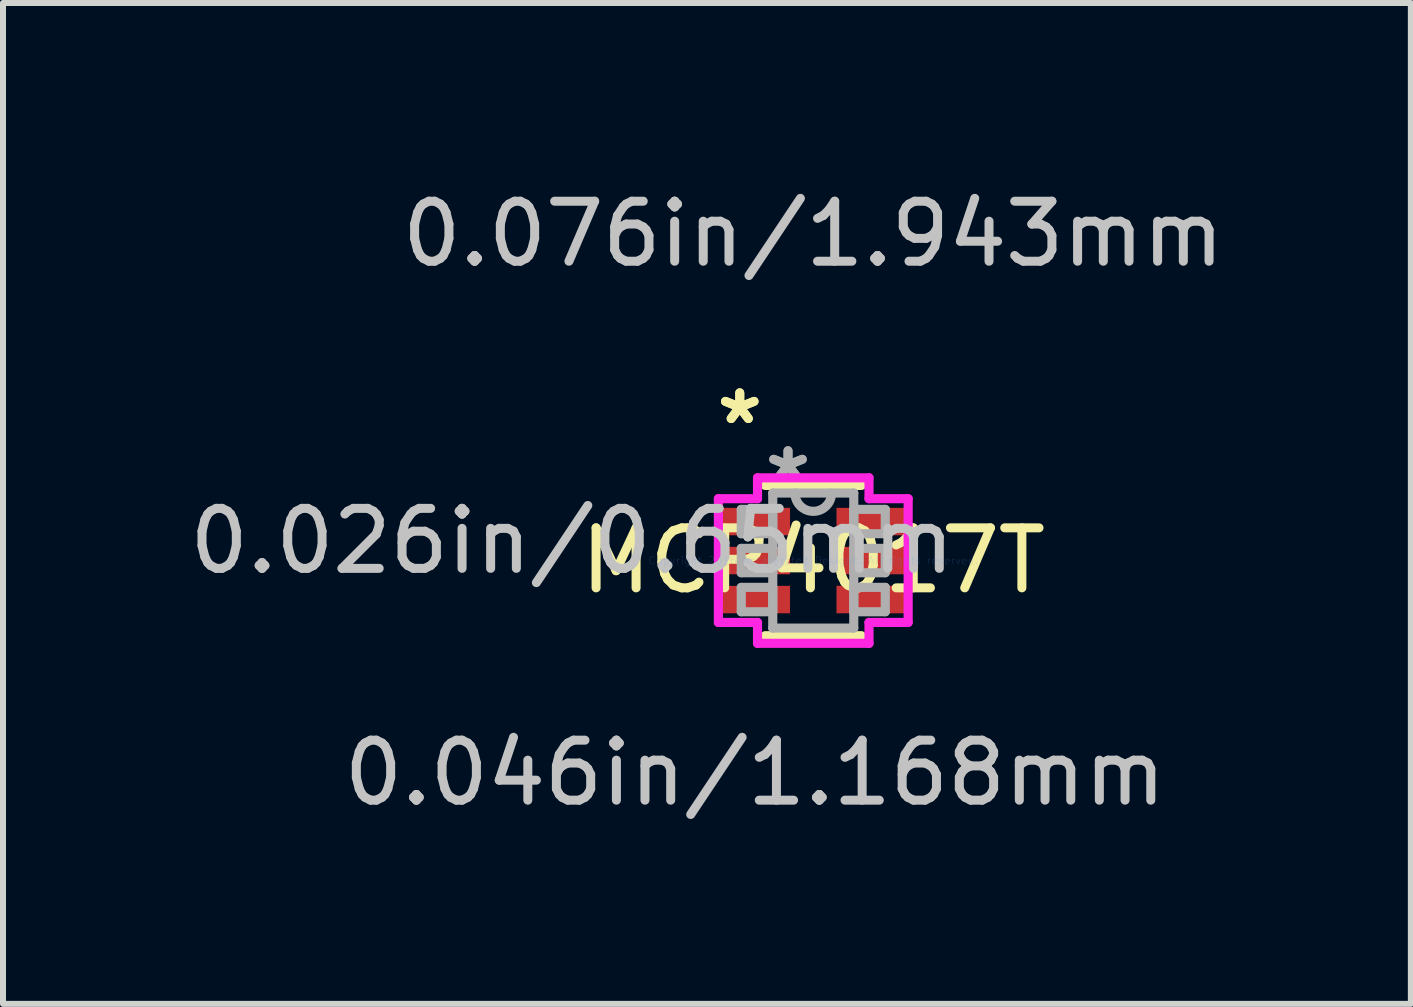
<source format=kicad_pcb>
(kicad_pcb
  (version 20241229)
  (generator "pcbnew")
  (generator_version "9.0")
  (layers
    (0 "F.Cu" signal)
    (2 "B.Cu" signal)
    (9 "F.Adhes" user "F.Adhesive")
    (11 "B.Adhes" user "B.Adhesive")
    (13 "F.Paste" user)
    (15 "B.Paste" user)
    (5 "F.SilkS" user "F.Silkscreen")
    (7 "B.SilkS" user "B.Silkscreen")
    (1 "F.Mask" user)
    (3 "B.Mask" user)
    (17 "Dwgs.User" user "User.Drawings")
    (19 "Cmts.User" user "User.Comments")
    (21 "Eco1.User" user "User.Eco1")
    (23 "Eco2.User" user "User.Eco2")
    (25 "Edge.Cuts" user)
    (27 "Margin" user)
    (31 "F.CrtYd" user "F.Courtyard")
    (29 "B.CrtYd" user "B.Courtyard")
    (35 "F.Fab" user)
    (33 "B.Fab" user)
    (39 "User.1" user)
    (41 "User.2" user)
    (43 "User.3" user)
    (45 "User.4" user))
  (footprint "MCP4017T"
    (layer "F.Cu")
    (at 10.502 6.291)
    (property "Reference" "MCP4017T" (at 0 0 0) (layer "F.SilkS") (effects (font (size 1 1) (thickness 0.15))))
    (attr through_hole)
    (fp_line (start -0.802 1.252) (end 0.802 1.252) (stroke (width 0.152) (type solid)) (layer "F.SilkS"))
    (fp_line (start 0.802 -1.252) (end -0.802 -1.252) (stroke (width 0.152) (type solid)) (layer "F.SilkS"))
    (fp_line (start -1.581 -1.031) (end -0.929 -1.031) (stroke (width 0.152) (type solid)) (layer "F.CrtYd"))
    (fp_line (start -1.581 1.031) (end -1.581 -1.031) (stroke (width 0.152) (type solid)) (layer "F.CrtYd"))
    (fp_line (start -0.929 -1.379) (end 0.929 -1.379) (stroke (width 0.152) (type solid)) (layer "F.CrtYd"))
    (fp_line (start -0.929 -1.031) (end -0.929 -1.379) (stroke (width 0.152) (type solid)) (layer "F.CrtYd"))
    (fp_line (start -0.929 1.031) (end -1.581 1.031) (stroke (width 0.152) (type solid)) (layer "F.CrtYd"))
    (fp_line (start -0.929 1.379) (end -0.929 1.031) (stroke (width 0.152) (type solid)) (layer "F.CrtYd"))
    (fp_line (start 0.929 -1.379) (end 0.929 -1.031) (stroke (width 0.152) (type solid)) (layer "F.CrtYd"))
    (fp_line (start 0.929 -1.031) (end 1.581 -1.031) (stroke (width 0.152) (type solid)) (layer "F.CrtYd"))
    (fp_line (start 0.929 1.031) (end 0.929 1.379) (stroke (width 0.152) (type solid)) (layer "F.CrtYd"))
    (fp_line (start 0.929 1.379) (end -0.929 1.379) (stroke (width 0.152) (type solid)) (layer "F.CrtYd"))
    (fp_line (start 1.581 -1.031) (end 1.581 1.031) (stroke (width 0.152) (type solid)) (layer "F.CrtYd"))
    (fp_line (start 1.581 1.031) (end 0.929 1.031) (stroke (width 0.152) (type solid)) (layer "F.CrtYd"))
    (fp_line (start -1.2 -0.853) (end -1.2 -0.447) (stroke (width 0.152) (type solid)) (layer "F.Fab"))
    (fp_line (start -1.2 -0.447) (end -0.675 -0.447) (stroke (width 0.152) (type solid)) (layer "F.Fab"))
    (fp_line (start -1.2 -0.203) (end -1.2 0.203) (stroke (width 0.152) (type solid)) (layer "F.Fab"))
    (fp_line (start -1.2 0.203) (end -0.675 0.203) (stroke (width 0.152) (type solid)) (layer "F.Fab"))
    (fp_line (start -1.2 0.447) (end -1.2 0.853) (stroke (width 0.152) (type solid)) (layer "F.Fab"))
    (fp_line (start -1.2 0.853) (end -0.675 0.853) (stroke (width 0.152) (type solid)) (layer "F.Fab"))
    (fp_line (start -0.675 -1.125) (end -0.675 1.125) (stroke (width 0.152) (type solid)) (layer "F.Fab"))
    (fp_line (start -0.675 -0.853) (end -1.2 -0.853) (stroke (width 0.152) (type solid)) (layer "F.Fab"))
    (fp_line (start -0.675 -0.447) (end -0.675 -0.853) (stroke (width 0.152) (type solid)) (layer "F.Fab"))
    (fp_line (start -0.675 -0.203) (end -1.2 -0.203) (stroke (width 0.152) (type solid)) (layer "F.Fab"))
    (fp_line (start -0.675 0.203) (end -0.675 -0.203) (stroke (width 0.152) (type solid)) (layer "F.Fab"))
    (fp_line (start -0.675 0.447) (end -1.2 0.447) (stroke (width 0.152) (type solid)) (layer "F.Fab"))
    (fp_line (start -0.675 0.853) (end -0.675 0.447) (stroke (width 0.152) (type solid)) (layer "F.Fab"))
    (fp_line (start -0.675 1.125) (end 0.675 1.125) (stroke (width 0.152) (type solid)) (layer "F.Fab"))
    (fp_line (start 0.675 -1.125) (end -0.675 -1.125) (stroke (width 0.152) (type solid)) (layer "F.Fab"))
    (fp_line (start 0.675 -0.853) (end 0.675 -0.447) (stroke (width 0.152) (type solid)) (layer "F.Fab"))
    (fp_line (start 0.675 -0.447) (end 1.2 -0.447) (stroke (width 0.152) (type solid)) (layer "F.Fab"))
    (fp_line (start 0.675 -0.203) (end 0.675 0.203) (stroke (width 0.152) (type solid)) (layer "F.Fab"))
    (fp_line (start 0.675 0.203) (end 1.2 0.203) (stroke (width 0.152) (type solid)) (layer "F.Fab"))
    (fp_line (start 0.675 0.447) (end 0.675 0.853) (stroke (width 0.152) (type solid)) (layer "F.Fab"))
    (fp_line (start 0.675 0.853) (end 1.2 0.853) (stroke (width 0.152) (type solid)) (layer "F.Fab"))
    (fp_line (start 0.675 1.125) (end 0.675 -1.125) (stroke (width 0.152) (type solid)) (layer "F.Fab"))
    (fp_line (start 1.2 -0.853) (end 0.675 -0.853) (stroke (width 0.152) (type solid)) (layer "F.Fab"))
    (fp_line (start 1.2 -0.447) (end 1.2 -0.853) (stroke (width 0.152) (type solid)) (layer "F.Fab"))
    (fp_line (start 1.2 -0.203) (end 0.675 -0.203) (stroke (width 0.152) (type solid)) (layer "F.Fab"))
    (fp_line (start 1.2 0.203) (end 1.2 -0.203) (stroke (width 0.152) (type solid)) (layer "F.Fab"))
    (fp_line (start 1.2 0.447) (end 0.675 0.447) (stroke (width 0.152) (type solid)) (layer "F.Fab"))
    (fp_line (start 1.2 0.853) (end 1.2 0.447) (stroke (width 0.152) (type solid)) (layer "F.Fab"))
    (fp_arc (start 0.3048 -1.125) (mid 0 -0.8202) (end -0.3048 -1.125) (stroke (width 0.1524) (type solid)) (layer "F.Fab"))
    (fp_text user "*" (at -1.225 -2.25 0) (layer "F.SilkS") (effects (font (size 1 1) (thickness 0.15))))
    (fp_text user "*" (at -1.225 -2.25 0) (layer "F.SilkS") (effects (font (size 1 1) (thickness 0.15))))
    (fp_text user "0.046in/1.168mm" (at -0.971 3.538 0) (layer "Dwgs.User") (effects (font (size 1 1) (thickness 0.15))))
    (fp_text user "0.076in/1.943mm" (at 0 -5.443 0) (layer "Dwgs.User") (effects (font (size 1 1) (thickness 0.15))))
    (fp_text user "0.026in/0.65mm" (at -4.019 -0.325 0) (layer "Dwgs.User") (effects (font (size 1 1) (thickness 0.15))))
    (fp_text user "Copyright 2016 Accelerated Designs. All rights reserved." (at 0 0 0) (layer "Cmts.User") (effects (font (size 0.127 0.127) (thickness 0.002))))
    (fp_text user "*" (at -0.421 -1.285 0) (layer "F.Fab") (effects (font (size 1 1) (thickness 0.15))))
    (fp_text user "*" (at -0.421 -1.285 0) (layer "F.Fab") (effects (font (size 1 1) (thickness 0.15))))
    (pad "1" smd rect (at -0.971 -0.65) (size 1.168 0.457) (layers "F.Cu" "F.Mask" "F.Paste"))
    (pad "2" smd rect (at -0.971 0) (size 1.168 0.457) (layers "F.Cu" "F.Mask" "F.Paste"))
    (pad "3" smd rect (at -0.971 0.65) (size 1.168 0.457) (layers "F.Cu" "F.Mask" "F.Paste"))
    (pad "4" smd rect (at 0.971 0.65) (size 1.168 0.457) (layers "F.Cu" "F.Mask" "F.Paste"))
    (pad "5" smd rect (at 0.971 0) (size 1.168 0.457) (layers "F.Cu" "F.Mask" "F.Paste"))
    (pad "6" smd rect (at 0.971 -0.65) (size 1.168 0.457) (layers "F.Cu" "F.Mask" "F.Paste")))
  (gr_rect
    (start -3 -3)
    (end 20.46 13.678)
    (stroke (width 0.1) (type default))
    (fill no)
    (layer "Edge.Cuts")))
</source>
